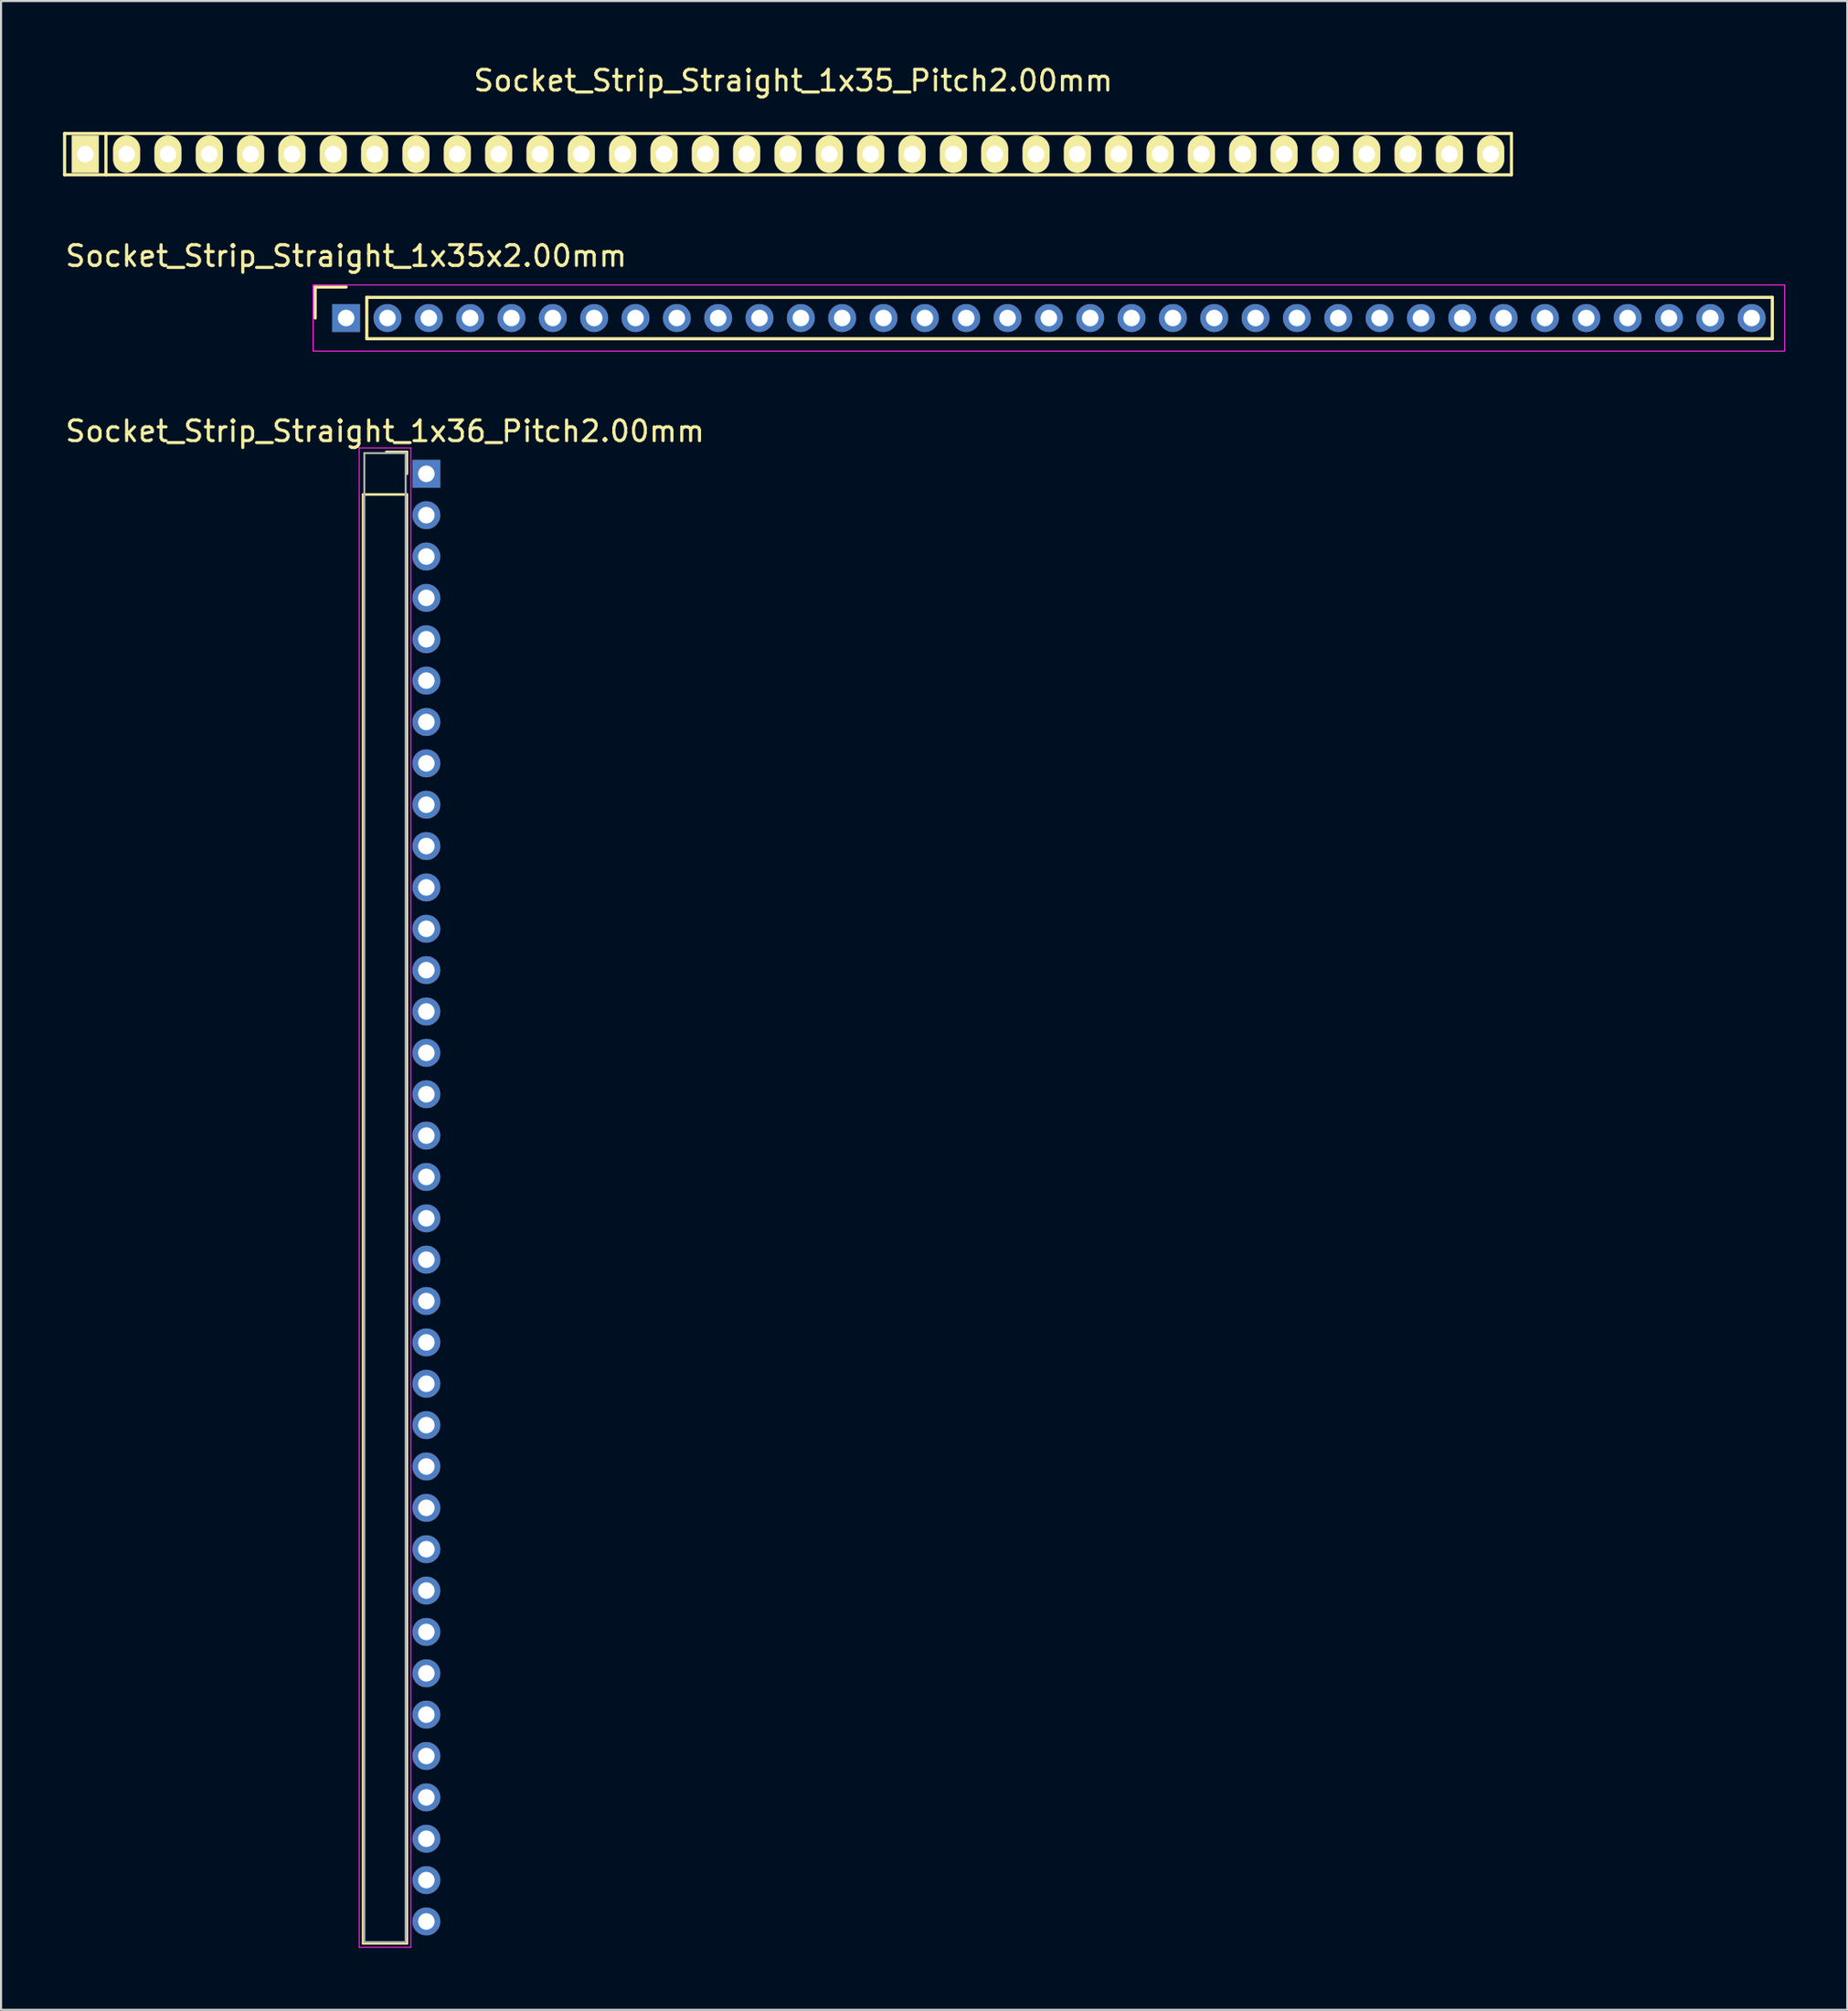
<source format=kicad_pcb>
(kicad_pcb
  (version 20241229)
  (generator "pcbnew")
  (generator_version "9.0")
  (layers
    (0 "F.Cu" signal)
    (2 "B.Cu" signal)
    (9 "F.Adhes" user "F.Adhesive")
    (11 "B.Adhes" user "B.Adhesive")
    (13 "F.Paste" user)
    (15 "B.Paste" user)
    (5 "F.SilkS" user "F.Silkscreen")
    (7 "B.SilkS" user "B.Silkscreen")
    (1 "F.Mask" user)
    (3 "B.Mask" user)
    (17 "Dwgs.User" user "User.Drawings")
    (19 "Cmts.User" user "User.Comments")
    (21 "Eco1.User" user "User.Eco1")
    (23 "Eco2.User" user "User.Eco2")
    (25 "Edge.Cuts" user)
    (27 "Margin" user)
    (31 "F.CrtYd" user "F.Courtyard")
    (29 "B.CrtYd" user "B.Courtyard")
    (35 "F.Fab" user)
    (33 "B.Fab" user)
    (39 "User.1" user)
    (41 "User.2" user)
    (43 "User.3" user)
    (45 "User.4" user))
  (footprint "Socket_Strip_Straight_1x35x2.00mm"
    (layer "F.Cu")
    (at 13.696 12.328)
    (property "Reference" "Socket_Strip_Straight_1x35x2.00mm" (at 0 -3 0) (layer "F.SilkS") (effects (font (size 1 1) (thickness 0.15))))
    (attr through_hole)
    (fp_line (start -1.5 -1.5) (end -1.5 0) (stroke (width 0.15) (type solid)) (layer "F.SilkS"))
    (fp_line (start 0 -1.5) (end -1.5 -1.5) (stroke (width 0.15) (type solid)) (layer "F.SilkS"))
    (fp_line (start 1 -1) (end 1 1) (stroke (width 0.15) (type solid)) (layer "F.SilkS"))
    (fp_line (start 1 1) (end 69 1) (stroke (width 0.15) (type solid)) (layer "F.SilkS"))
    (fp_line (start 69 -1) (end 1 -1) (stroke (width 0.15) (type solid)) (layer "F.SilkS"))
    (fp_line (start 69 1) (end 69 -1) (stroke (width 0.15) (type solid)) (layer "F.SilkS"))
    (fp_line (start -1.6 -1.6) (end -1.6 1.6) (stroke (width 0.05) (type solid)) (layer "F.CrtYd"))
    (fp_line (start -1.6 1.6) (end 69.6 1.6) (stroke (width 0.05) (type solid)) (layer "F.CrtYd"))
    (fp_line (start 69.6 -1.6) (end -1.6 -1.6) (stroke (width 0.05) (type solid)) (layer "F.CrtYd"))
    (fp_line (start 69.6 1.6) (end 69.6 -1.6) (stroke (width 0.05) (type solid)) (layer "F.CrtYd"))
    (pad "1" thru_hole rect (at 0 0) (size 1.35 1.35) (drill 0.8) (layers "*.Cu" "*.Mask"))
    (pad "2" thru_hole circle (at 2 0) (size 1.35 1.35) (drill 0.8) (layers "*.Cu" "*.Mask"))
    (pad "3" thru_hole circle (at 4 0) (size 1.35 1.35) (drill 0.8) (layers "*.Cu" "*.Mask"))
    (pad "4" thru_hole circle (at 6 0) (size 1.35 1.35) (drill 0.8) (layers "*.Cu" "*.Mask"))
    (pad "5" thru_hole circle (at 8 0) (size 1.35 1.35) (drill 0.8) (layers "*.Cu" "*.Mask"))
    (pad "6" thru_hole circle (at 10 0) (size 1.35 1.35) (drill 0.8) (layers "*.Cu" "*.Mask"))
    (pad "7" thru_hole circle (at 12 0) (size 1.35 1.35) (drill 0.8) (layers "*.Cu" "*.Mask"))
    (pad "8" thru_hole circle (at 14 0) (size 1.35 1.35) (drill 0.8) (layers "*.Cu" "*.Mask"))
    (pad "9" thru_hole circle (at 16 0) (size 1.35 1.35) (drill 0.8) (layers "*.Cu" "*.Mask"))
    (pad "10" thru_hole circle (at 18 0) (size 1.35 1.35) (drill 0.8) (layers "*.Cu" "*.Mask"))
    (pad "11" thru_hole circle (at 20 0) (size 1.35 1.35) (drill 0.8) (layers "*.Cu" "*.Mask"))
    (pad "12" thru_hole circle (at 22 0) (size 1.35 1.35) (drill 0.8) (layers "*.Cu" "*.Mask"))
    (pad "13" thru_hole circle (at 24 0) (size 1.35 1.35) (drill 0.8) (layers "*.Cu" "*.Mask"))
    (pad "14" thru_hole circle (at 26 0) (size 1.35 1.35) (drill 0.8) (layers "*.Cu" "*.Mask"))
    (pad "15" thru_hole circle (at 28 0) (size 1.35 1.35) (drill 0.8) (layers "*.Cu" "*.Mask"))
    (pad "16" thru_hole circle (at 30 0) (size 1.35 1.35) (drill 0.8) (layers "*.Cu" "*.Mask"))
    (pad "17" thru_hole circle (at 32 0) (size 1.35 1.35) (drill 0.8) (layers "*.Cu" "*.Mask"))
    (pad "18" thru_hole circle (at 34 0) (size 1.35 1.35) (drill 0.8) (layers "*.Cu" "*.Mask"))
    (pad "19" thru_hole circle (at 36 0) (size 1.35 1.35) (drill 0.8) (layers "*.Cu" "*.Mask"))
    (pad "20" thru_hole circle (at 38 0) (size 1.35 1.35) (drill 0.8) (layers "*.Cu" "*.Mask"))
    (pad "21" thru_hole circle (at 40 0) (size 1.35 1.35) (drill 0.8) (layers "*.Cu" "*.Mask"))
    (pad "22" thru_hole circle (at 42 0) (size 1.35 1.35) (drill 0.8) (layers "*.Cu" "*.Mask"))
    (pad "23" thru_hole circle (at 44 0) (size 1.35 1.35) (drill 0.8) (layers "*.Cu" "*.Mask"))
    (pad "24" thru_hole circle (at 46 0) (size 1.35 1.35) (drill 0.8) (layers "*.Cu" "*.Mask"))
    (pad "25" thru_hole circle (at 48 0) (size 1.35 1.35) (drill 0.8) (layers "*.Cu" "*.Mask"))
    (pad "26" thru_hole circle (at 50 0) (size 1.35 1.35) (drill 0.8) (layers "*.Cu" "*.Mask"))
    (pad "27" thru_hole circle (at 52 0) (size 1.35 1.35) (drill 0.8) (layers "*.Cu" "*.Mask"))
    (pad "28" thru_hole circle (at 54 0) (size 1.35 1.35) (drill 0.8) (layers "*.Cu" "*.Mask"))
    (pad "29" thru_hole circle (at 56 0) (size 1.35 1.35) (drill 0.8) (layers "*.Cu" "*.Mask"))
    (pad "30" thru_hole circle (at 58 0) (size 1.35 1.35) (drill 0.8) (layers "*.Cu" "*.Mask"))
    (pad "31" thru_hole circle (at 60 0) (size 1.35 1.35) (drill 0.8) (layers "*.Cu" "*.Mask"))
    (pad "32" thru_hole circle (at 62 0) (size 1.35 1.35) (drill 0.8) (layers "*.Cu" "*.Mask"))
    (pad "33" thru_hole circle (at 64 0) (size 1.35 1.35) (drill 0.8) (layers "*.Cu" "*.Mask"))
    (pad "34" thru_hole circle (at 66 0) (size 1.35 1.35) (drill 0.8) (layers "*.Cu" "*.Mask"))
    (pad "35" thru_hole circle (at 68 0) (size 1.35 1.35) (drill 0.8) (layers "*.Cu" "*.Mask")))
  (footprint "Socket_Strip_Straight_1x35_Pitch2.00mm"
    (layer "F.Cu")
    (at 35.075 4.404)
    (property "Reference" "Socket_Strip_Straight_1x35_Pitch2.00mm" (at 0.254 -3.556 0) (layer "F.SilkS") (effects (font (size 1 1) (thickness 0.15))))
    (attr through_hole)
    (fp_line (start -35 -1) (end 35 -1) (stroke (width 0.15) (type solid)) (layer "F.SilkS"))
    (fp_line (start -35 1) (end -35 -1) (stroke (width 0.15) (type solid)) (layer "F.SilkS"))
    (fp_line (start -33 -1) (end -33 1) (stroke (width 0.15) (type solid)) (layer "F.SilkS"))
    (fp_line (start 35 -1) (end 35 1) (stroke (width 0.15) (type solid)) (layer "F.SilkS"))
    (fp_line (start 35 1) (end -35 1) (stroke (width 0.15) (type solid)) (layer "F.SilkS"))
    (pad "1" thru_hole rect (at -34 0) (size 1.3 1.8) (drill 0.8) (layers "*.Cu" "*.Mask" "F.SilkS"))
    (pad "2" thru_hole oval (at -32 0) (size 1.3 1.8) (drill 0.8) (layers "*.Cu" "*.Mask" "F.SilkS"))
    (pad "3" thru_hole oval (at -30 0) (size 1.3 1.8) (drill 0.8) (layers "*.Cu" "*.Mask" "F.SilkS"))
    (pad "4" thru_hole oval (at -28 0) (size 1.3 1.8) (drill 0.8) (layers "*.Cu" "*.Mask" "F.SilkS"))
    (pad "5" thru_hole oval (at -26 0) (size 1.3 1.8) (drill 0.8) (layers "*.Cu" "*.Mask" "F.SilkS"))
    (pad "6" thru_hole oval (at -24 0) (size 1.3 1.8) (drill 0.8) (layers "*.Cu" "*.Mask" "F.SilkS"))
    (pad "7" thru_hole oval (at -22 0) (size 1.3 1.8) (drill 0.8) (layers "*.Cu" "*.Mask" "F.SilkS"))
    (pad "8" thru_hole oval (at -20 0) (size 1.3 1.8) (drill 0.8) (layers "*.Cu" "*.Mask" "F.SilkS"))
    (pad "9" thru_hole oval (at -18 0) (size 1.3 1.8) (drill 0.8) (layers "*.Cu" "*.Mask" "F.SilkS"))
    (pad "10" thru_hole oval (at -16 0) (size 1.3 1.8) (drill 0.8) (layers "*.Cu" "*.Mask" "F.SilkS"))
    (pad "11" thru_hole oval (at -14 0) (size 1.3 1.8) (drill 0.8) (layers "*.Cu" "*.Mask" "F.SilkS"))
    (pad "12" thru_hole oval (at -12 0) (size 1.3 1.8) (drill 0.8) (layers "*.Cu" "*.Mask" "F.SilkS"))
    (pad "13" thru_hole oval (at -10 0) (size 1.3 1.8) (drill 0.8) (layers "*.Cu" "*.Mask" "F.SilkS"))
    (pad "14" thru_hole oval (at -8 0) (size 1.3 1.8) (drill 0.8) (layers "*.Cu" "*.Mask" "F.SilkS"))
    (pad "15" thru_hole oval (at -6 0) (size 1.3 1.8) (drill 0.8) (layers "*.Cu" "*.Mask" "F.SilkS"))
    (pad "16" thru_hole oval (at -4 0) (size 1.3 1.8) (drill 0.8) (layers "*.Cu" "*.Mask" "F.SilkS"))
    (pad "17" thru_hole oval (at -2 0) (size 1.3 1.8) (drill 0.8) (layers "*.Cu" "*.Mask" "F.SilkS"))
    (pad "18" thru_hole oval (at 0 0) (size 1.3 1.8) (drill 0.8) (layers "*.Cu" "*.Mask" "F.SilkS"))
    (pad "19" thru_hole oval (at 2 0) (size 1.3 1.8) (drill 0.8) (layers "*.Cu" "*.Mask" "F.SilkS"))
    (pad "20" thru_hole oval (at 4 0) (size 1.3 1.8) (drill 0.8) (layers "*.Cu" "*.Mask" "F.SilkS"))
    (pad "21" thru_hole oval (at 6 0) (size 1.3 1.8) (drill 0.8) (layers "*.Cu" "*.Mask" "F.SilkS"))
    (pad "22" thru_hole oval (at 8 0) (size 1.3 1.8) (drill 0.8) (layers "*.Cu" "*.Mask" "F.SilkS"))
    (pad "23" thru_hole oval (at 10 0) (size 1.3 1.8) (drill 0.8) (layers "*.Cu" "*.Mask" "F.SilkS"))
    (pad "24" thru_hole oval (at 12 0) (size 1.3 1.8) (drill 0.8) (layers "*.Cu" "*.Mask" "F.SilkS"))
    (pad "25" thru_hole oval (at 14 0) (size 1.3 1.8) (drill 0.8) (layers "*.Cu" "*.Mask" "F.SilkS"))
    (pad "26" thru_hole oval (at 16 0) (size 1.3 1.8) (drill 0.8) (layers "*.Cu" "*.Mask" "F.SilkS"))
    (pad "27" thru_hole oval (at 18 0) (size 1.3 1.8) (drill 0.8) (layers "*.Cu" "*.Mask" "F.SilkS"))
    (pad "28" thru_hole oval (at 20 0) (size 1.3 1.8) (drill 0.8) (layers "*.Cu" "*.Mask" "F.SilkS"))
    (pad "29" thru_hole oval (at 22 0) (size 1.3 1.8) (drill 0.8) (layers "*.Cu" "*.Mask" "F.SilkS"))
    (pad "30" thru_hole oval (at 24 0) (size 1.3 1.8) (drill 0.8) (layers "*.Cu" "*.Mask" "F.SilkS"))
    (pad "31" thru_hole oval (at 26 0) (size 1.3 1.8) (drill 0.8) (layers "*.Cu" "*.Mask" "F.SilkS"))
    (pad "32" thru_hole oval (at 28 0) (size 1.3 1.8) (drill 0.8) (layers "*.Cu" "*.Mask" "F.SilkS"))
    (pad "33" thru_hole oval (at 30 0) (size 1.3 1.8) (drill 0.8) (layers "*.Cu" "*.Mask" "F.SilkS"))
    (pad "34" thru_hole oval (at 32 0) (size 1.3 1.8) (drill 0.8) (layers "*.Cu" "*.Mask" "F.SilkS"))
    (pad "35" thru_hole oval (at 34 0) (size 1.3 1.8) (drill 0.8) (layers "*.Cu" "*.Mask" "F.SilkS")))
  (footprint "Socket_Strip_Straight_1x36_Pitch2.00mm"
    (layer "F.Cu")
    (at 17.577 19.861)
    (property "Reference" "Socket_Strip_Straight_1x36_Pitch2.00mm" (at -2 -2.06 0) (layer "F.SilkS") (effects (font (size 1 1) (thickness 0.15))))
    (attr through_hole)
    (fp_line (start -3.06 1) (end -3.06 71.06) (stroke (width 0.12) (type solid)) (layer "F.SilkS"))
    (fp_line (start -3.06 71.06) (end -0.94 71.06) (stroke (width 0.12) (type solid)) (layer "F.SilkS"))
    (fp_line (start -0.94 -1.06) (end -1.94 -1.06) (stroke (width 0.12) (type solid)) (layer "F.SilkS"))
    (fp_line (start -0.94 0) (end -0.94 -1.06) (stroke (width 0.12) (type solid)) (layer "F.SilkS"))
    (fp_line (start -0.94 1) (end -3.06 1) (stroke (width 0.12) (type solid)) (layer "F.SilkS"))
    (fp_line (start -0.94 71.06) (end -0.94 1) (stroke (width 0.12) (type solid)) (layer "F.SilkS"))
    (fp_line (start -3.25 -1.25) (end -3.25 71.25) (stroke (width 0.05) (type solid)) (layer "F.CrtYd"))
    (fp_line (start -3.25 71.25) (end -0.75 71.25) (stroke (width 0.05) (type solid)) (layer "F.CrtYd"))
    (fp_line (start -0.75 -1.25) (end -3.25 -1.25) (stroke (width 0.05) (type solid)) (layer "F.CrtYd"))
    (fp_line (start -0.75 71.25) (end -0.75 -1.25) (stroke (width 0.05) (type solid)) (layer "F.CrtYd"))
    (fp_line (start -3 -1) (end -3 71) (stroke (width 0.1) (type solid)) (layer "F.Fab"))
    (fp_line (start -3 71) (end -1 71) (stroke (width 0.1) (type solid)) (layer "F.Fab"))
    (fp_line (start -1 -1) (end -3 -1) (stroke (width 0.1) (type solid)) (layer "F.Fab"))
    (fp_line (start -1 71) (end -1 -1) (stroke (width 0.1) (type solid)) (layer "F.Fab"))
    (pad "1" thru_hole rect (at 0 0) (size 1.35 1.35) (drill 0.8) (layers "*.Cu" "*.Mask"))
    (pad "2" thru_hole oval (at 0 2) (size 1.35 1.35) (drill 0.8) (layers "*.Cu" "*.Mask"))
    (pad "3" thru_hole oval (at 0 4) (size 1.35 1.35) (drill 0.8) (layers "*.Cu" "*.Mask"))
    (pad "4" thru_hole oval (at 0 6) (size 1.35 1.35) (drill 0.8) (layers "*.Cu" "*.Mask"))
    (pad "5" thru_hole oval (at 0 8) (size 1.35 1.35) (drill 0.8) (layers "*.Cu" "*.Mask"))
    (pad "6" thru_hole oval (at 0 10) (size 1.35 1.35) (drill 0.8) (layers "*.Cu" "*.Mask"))
    (pad "7" thru_hole oval (at 0 12) (size 1.35 1.35) (drill 0.8) (layers "*.Cu" "*.Mask"))
    (pad "8" thru_hole oval (at 0 14) (size 1.35 1.35) (drill 0.8) (layers "*.Cu" "*.Mask"))
    (pad "9" thru_hole oval (at 0 16) (size 1.35 1.35) (drill 0.8) (layers "*.Cu" "*.Mask"))
    (pad "10" thru_hole oval (at 0 18) (size 1.35 1.35) (drill 0.8) (layers "*.Cu" "*.Mask"))
    (pad "11" thru_hole oval (at 0 20) (size 1.35 1.35) (drill 0.8) (layers "*.Cu" "*.Mask"))
    (pad "12" thru_hole oval (at 0 22) (size 1.35 1.35) (drill 0.8) (layers "*.Cu" "*.Mask"))
    (pad "13" thru_hole oval (at 0 24) (size 1.35 1.35) (drill 0.8) (layers "*.Cu" "*.Mask"))
    (pad "14" thru_hole oval (at 0 26) (size 1.35 1.35) (drill 0.8) (layers "*.Cu" "*.Mask"))
    (pad "15" thru_hole oval (at 0 28) (size 1.35 1.35) (drill 0.8) (layers "*.Cu" "*.Mask"))
    (pad "16" thru_hole oval (at 0 30) (size 1.35 1.35) (drill 0.8) (layers "*.Cu" "*.Mask"))
    (pad "17" thru_hole oval (at 0 32) (size 1.35 1.35) (drill 0.8) (layers "*.Cu" "*.Mask"))
    (pad "18" thru_hole oval (at 0 34) (size 1.35 1.35) (drill 0.8) (layers "*.Cu" "*.Mask"))
    (pad "19" thru_hole oval (at 0 36) (size 1.35 1.35) (drill 0.8) (layers "*.Cu" "*.Mask"))
    (pad "20" thru_hole oval (at 0 38) (size 1.35 1.35) (drill 0.8) (layers "*.Cu" "*.Mask"))
    (pad "21" thru_hole oval (at 0 40) (size 1.35 1.35) (drill 0.8) (layers "*.Cu" "*.Mask"))
    (pad "22" thru_hole oval (at 0 42) (size 1.35 1.35) (drill 0.8) (layers "*.Cu" "*.Mask"))
    (pad "23" thru_hole oval (at 0 44) (size 1.35 1.35) (drill 0.8) (layers "*.Cu" "*.Mask"))
    (pad "24" thru_hole oval (at 0 46) (size 1.35 1.35) (drill 0.8) (layers "*.Cu" "*.Mask"))
    (pad "25" thru_hole oval (at 0 48) (size 1.35 1.35) (drill 0.8) (layers "*.Cu" "*.Mask"))
    (pad "26" thru_hole oval (at 0 50) (size 1.35 1.35) (drill 0.8) (layers "*.Cu" "*.Mask"))
    (pad "27" thru_hole oval (at 0 52) (size 1.35 1.35) (drill 0.8) (layers "*.Cu" "*.Mask"))
    (pad "28" thru_hole oval (at 0 54) (size 1.35 1.35) (drill 0.8) (layers "*.Cu" "*.Mask"))
    (pad "29" thru_hole oval (at 0 56) (size 1.35 1.35) (drill 0.8) (layers "*.Cu" "*.Mask"))
    (pad "30" thru_hole oval (at 0 58) (size 1.35 1.35) (drill 0.8) (layers "*.Cu" "*.Mask"))
    (pad "31" thru_hole oval (at 0 60) (size 1.35 1.35) (drill 0.8) (layers "*.Cu" "*.Mask"))
    (pad "32" thru_hole oval (at 0 62) (size 1.35 1.35) (drill 0.8) (layers "*.Cu" "*.Mask"))
    (pad "33" thru_hole oval (at 0 64) (size 1.35 1.35) (drill 0.8) (layers "*.Cu" "*.Mask"))
    (pad "34" thru_hole oval (at 0 66) (size 1.35 1.35) (drill 0.8) (layers "*.Cu" "*.Mask"))
    (pad "35" thru_hole oval (at 0 68) (size 1.35 1.35) (drill 0.8) (layers "*.Cu" "*.Mask"))
    (pad "36" thru_hole oval (at 0 70) (size 1.35 1.35) (drill 0.8) (layers "*.Cu" "*.Mask")))
  (gr_rect
    (start -3 -3)
    (end 86.321 94.136)
    (stroke (width 0.1) (type default))
    (fill no)
    (layer "Edge.Cuts")))
</source>
